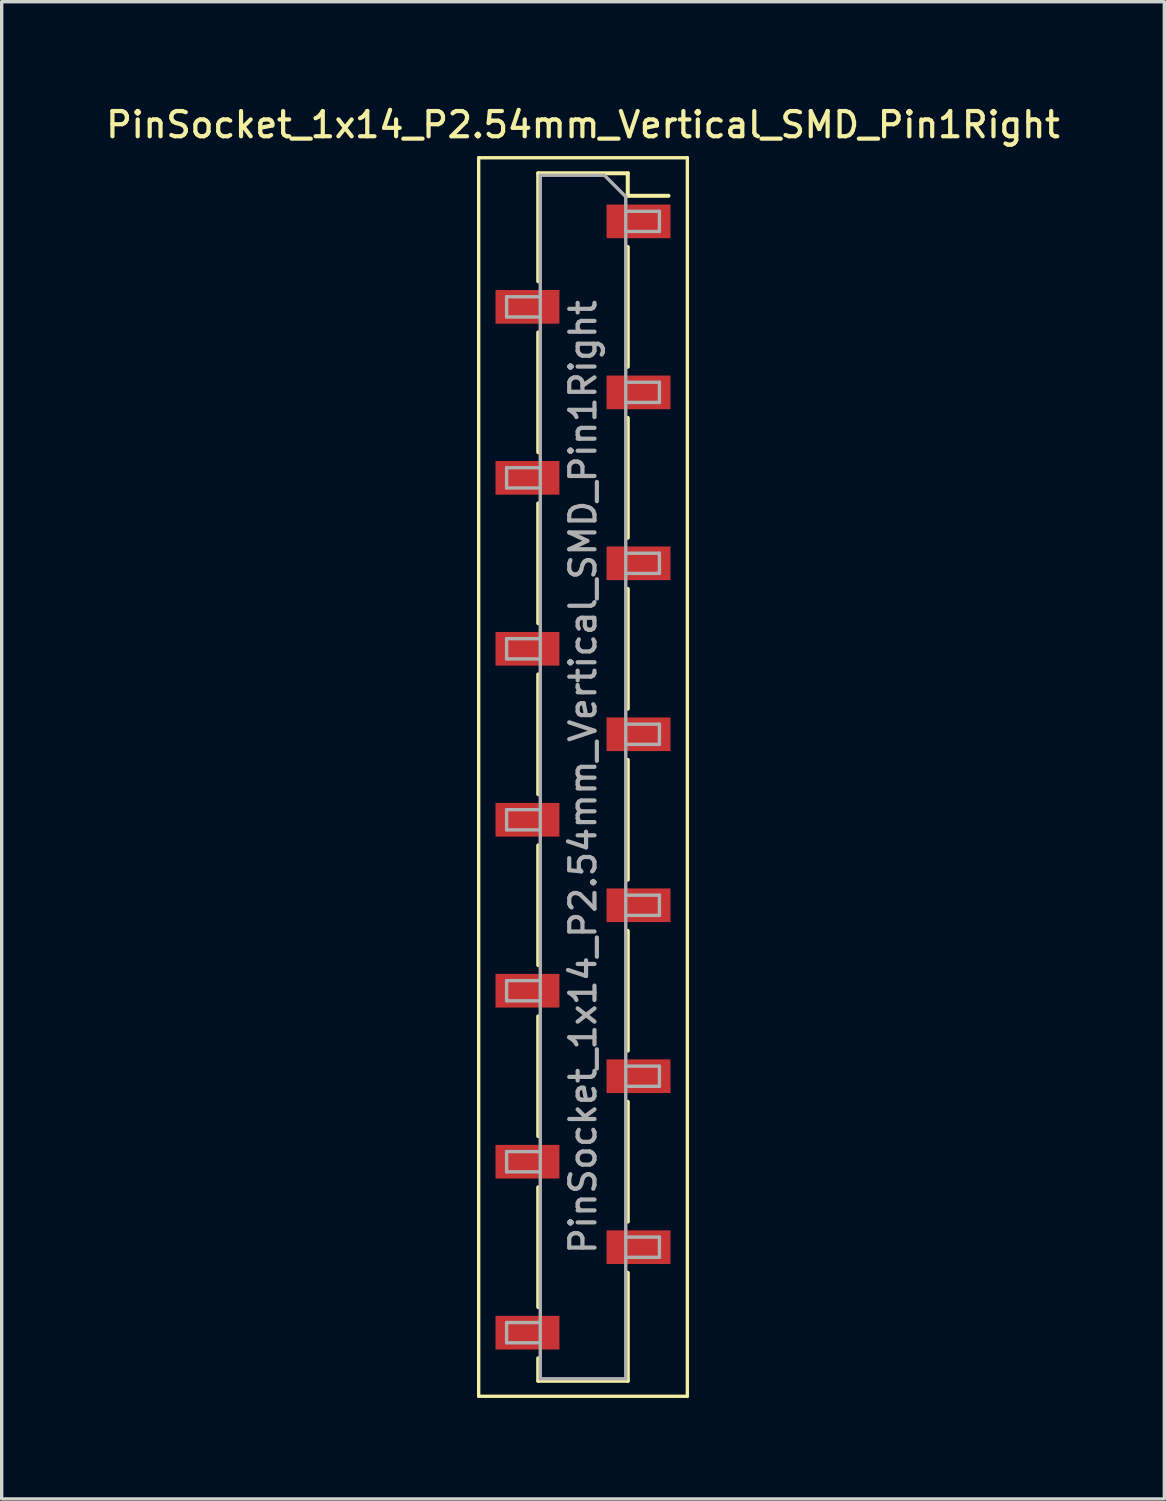
<source format=kicad_pcb>
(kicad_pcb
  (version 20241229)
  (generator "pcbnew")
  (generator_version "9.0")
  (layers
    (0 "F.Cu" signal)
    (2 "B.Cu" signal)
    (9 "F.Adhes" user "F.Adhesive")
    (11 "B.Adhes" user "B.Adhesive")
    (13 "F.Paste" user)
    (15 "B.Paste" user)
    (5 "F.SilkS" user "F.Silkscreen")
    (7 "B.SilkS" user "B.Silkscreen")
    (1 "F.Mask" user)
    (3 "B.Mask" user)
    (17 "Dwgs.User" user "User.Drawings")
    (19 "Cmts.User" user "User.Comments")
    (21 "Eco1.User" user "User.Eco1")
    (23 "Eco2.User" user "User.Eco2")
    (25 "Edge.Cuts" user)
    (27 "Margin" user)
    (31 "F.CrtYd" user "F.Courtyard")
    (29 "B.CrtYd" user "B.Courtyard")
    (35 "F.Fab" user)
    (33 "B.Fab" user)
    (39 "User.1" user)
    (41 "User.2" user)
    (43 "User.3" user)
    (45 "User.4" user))
  (footprint "PinSocket_1x14_P2.54mm_Vertical_SMD_Pin1Right"
    (layer "F.Cu")
    (at 14.273 20.038)
    (property "Reference" "PinSocket_1x14_P2.54mm_Vertical_SMD_Pin1Right" (at 0 -19.38 0) (layer "F.SilkS") (effects (font (size 0.75 0.75) (thickness 0.125))))
    (attr smd)
    (fp_line (start -3.1 -18.4) (end 3.1 -18.4) (stroke (width 0.1) (type solid)) (layer "F.SilkS"))
    (fp_line (start -3.1 18.4) (end -3.1 -18.4) (stroke (width 0.1) (type solid)) (layer "F.SilkS"))
    (fp_line (start -1.33 -17.94) (end -1.33 -14.73) (stroke (width 0.12) (type solid)) (layer "F.SilkS"))
    (fp_line (start -1.33 -17.94) (end 1.33 -17.94) (stroke (width 0.12) (type solid)) (layer "F.SilkS"))
    (fp_line (start -1.33 -13.21) (end -1.33 -9.65) (stroke (width 0.12) (type solid)) (layer "F.SilkS"))
    (fp_line (start -1.33 -8.13) (end -1.33 -4.57) (stroke (width 0.12) (type solid)) (layer "F.SilkS"))
    (fp_line (start -1.33 -3.05) (end -1.33 0.51) (stroke (width 0.12) (type solid)) (layer "F.SilkS"))
    (fp_line (start -1.33 2.03) (end -1.33 5.59) (stroke (width 0.12) (type solid)) (layer "F.SilkS"))
    (fp_line (start -1.33 7.11) (end -1.33 10.67) (stroke (width 0.12) (type solid)) (layer "F.SilkS"))
    (fp_line (start -1.33 12.19) (end -1.33 15.75) (stroke (width 0.12) (type solid)) (layer "F.SilkS"))
    (fp_line (start -1.33 17.27) (end -1.33 17.94) (stroke (width 0.12) (type solid)) (layer "F.SilkS"))
    (fp_line (start -1.33 17.94) (end 1.33 17.94) (stroke (width 0.12) (type solid)) (layer "F.SilkS"))
    (fp_line (start 1.33 -17.94) (end 1.33 -17.27) (stroke (width 0.12) (type solid)) (layer "F.SilkS"))
    (fp_line (start 1.33 -17.27) (end 2.54 -17.27) (stroke (width 0.12) (type solid)) (layer "F.SilkS"))
    (fp_line (start 1.33 -15.75) (end 1.33 -12.19) (stroke (width 0.12) (type solid)) (layer "F.SilkS"))
    (fp_line (start 1.33 -10.67) (end 1.33 -7.11) (stroke (width 0.12) (type solid)) (layer "F.SilkS"))
    (fp_line (start 1.33 -5.59) (end 1.33 -2.03) (stroke (width 0.12) (type solid)) (layer "F.SilkS"))
    (fp_line (start 1.33 -0.51) (end 1.33 3.05) (stroke (width 0.12) (type solid)) (layer "F.SilkS"))
    (fp_line (start 1.33 4.57) (end 1.33 8.13) (stroke (width 0.12) (type solid)) (layer "F.SilkS"))
    (fp_line (start 1.33 9.65) (end 1.33 13.21) (stroke (width 0.12) (type solid)) (layer "F.SilkS"))
    (fp_line (start 1.33 14.73) (end 1.33 17.94) (stroke (width 0.12) (type solid)) (layer "F.SilkS"))
    (fp_line (start 3.1 -18.4) (end 3.1 18.4) (stroke (width 0.1) (type solid)) (layer "F.SilkS"))
    (fp_line (start 3.1 18.4) (end -3.1 18.4) (stroke (width 0.1) (type solid)) (layer "F.SilkS"))
    (fp_line (start -2.27 -14.27) (end -1.27 -14.27) (stroke (width 0.1) (type solid)) (layer "F.Fab"))
    (fp_line (start -2.27 -13.67) (end -2.27 -14.27) (stroke (width 0.1) (type solid)) (layer "F.Fab"))
    (fp_line (start -2.27 -9.19) (end -1.27 -9.19) (stroke (width 0.1) (type solid)) (layer "F.Fab"))
    (fp_line (start -2.27 -8.59) (end -2.27 -9.19) (stroke (width 0.1) (type solid)) (layer "F.Fab"))
    (fp_line (start -2.27 -4.11) (end -1.27 -4.11) (stroke (width 0.1) (type solid)) (layer "F.Fab"))
    (fp_line (start -2.27 -3.51) (end -2.27 -4.11) (stroke (width 0.1) (type solid)) (layer "F.Fab"))
    (fp_line (start -2.27 0.97) (end -1.27 0.97) (stroke (width 0.1) (type solid)) (layer "F.Fab"))
    (fp_line (start -2.27 1.57) (end -2.27 0.97) (stroke (width 0.1) (type solid)) (layer "F.Fab"))
    (fp_line (start -2.27 6.05) (end -1.27 6.05) (stroke (width 0.1) (type solid)) (layer "F.Fab"))
    (fp_line (start -2.27 6.65) (end -2.27 6.05) (stroke (width 0.1) (type solid)) (layer "F.Fab"))
    (fp_line (start -2.27 11.13) (end -1.27 11.13) (stroke (width 0.1) (type solid)) (layer "F.Fab"))
    (fp_line (start -2.27 11.73) (end -2.27 11.13) (stroke (width 0.1) (type solid)) (layer "F.Fab"))
    (fp_line (start -2.27 16.21) (end -1.27 16.21) (stroke (width 0.1) (type solid)) (layer "F.Fab"))
    (fp_line (start -2.27 16.81) (end -2.27 16.21) (stroke (width 0.1) (type solid)) (layer "F.Fab"))
    (fp_line (start -1.27 -17.88) (end 0.635 -17.88) (stroke (width 0.1) (type solid)) (layer "F.Fab"))
    (fp_line (start -1.27 -13.67) (end -2.27 -13.67) (stroke (width 0.1) (type solid)) (layer "F.Fab"))
    (fp_line (start -1.27 -8.59) (end -2.27 -8.59) (stroke (width 0.1) (type solid)) (layer "F.Fab"))
    (fp_line (start -1.27 -3.51) (end -2.27 -3.51) (stroke (width 0.1) (type solid)) (layer "F.Fab"))
    (fp_line (start -1.27 1.57) (end -2.27 1.57) (stroke (width 0.1) (type solid)) (layer "F.Fab"))
    (fp_line (start -1.27 6.65) (end -2.27 6.65) (stroke (width 0.1) (type solid)) (layer "F.Fab"))
    (fp_line (start -1.27 11.73) (end -2.27 11.73) (stroke (width 0.1) (type solid)) (layer "F.Fab"))
    (fp_line (start -1.27 16.81) (end -2.27 16.81) (stroke (width 0.1) (type solid)) (layer "F.Fab"))
    (fp_line (start -1.27 17.88) (end -1.27 -17.88) (stroke (width 0.1) (type solid)) (layer "F.Fab"))
    (fp_line (start 0.635 -17.88) (end 1.27 -17.245) (stroke (width 0.1) (type solid)) (layer "F.Fab"))
    (fp_line (start 1.27 -17.245) (end 1.27 17.88) (stroke (width 0.1) (type solid)) (layer "F.Fab"))
    (fp_line (start 1.27 -16.81) (end 2.27 -16.81) (stroke (width 0.1) (type solid)) (layer "F.Fab"))
    (fp_line (start 1.27 -11.73) (end 2.27 -11.73) (stroke (width 0.1) (type solid)) (layer "F.Fab"))
    (fp_line (start 1.27 -6.65) (end 2.27 -6.65) (stroke (width 0.1) (type solid)) (layer "F.Fab"))
    (fp_line (start 1.27 -1.57) (end 2.27 -1.57) (stroke (width 0.1) (type solid)) (layer "F.Fab"))
    (fp_line (start 1.27 3.51) (end 2.27 3.51) (stroke (width 0.1) (type solid)) (layer "F.Fab"))
    (fp_line (start 1.27 8.59) (end 2.27 8.59) (stroke (width 0.1) (type solid)) (layer "F.Fab"))
    (fp_line (start 1.27 13.67) (end 2.27 13.67) (stroke (width 0.1) (type solid)) (layer "F.Fab"))
    (fp_line (start 1.27 17.88) (end -1.27 17.88) (stroke (width 0.1) (type solid)) (layer "F.Fab"))
    (fp_line (start 2.27 -16.81) (end 2.27 -16.21) (stroke (width 0.1) (type solid)) (layer "F.Fab"))
    (fp_line (start 2.27 -16.21) (end 1.27 -16.21) (stroke (width 0.1) (type solid)) (layer "F.Fab"))
    (fp_line (start 2.27 -11.73) (end 2.27 -11.13) (stroke (width 0.1) (type solid)) (layer "F.Fab"))
    (fp_line (start 2.27 -11.13) (end 1.27 -11.13) (stroke (width 0.1) (type solid)) (layer "F.Fab"))
    (fp_line (start 2.27 -6.65) (end 2.27 -6.05) (stroke (width 0.1) (type solid)) (layer "F.Fab"))
    (fp_line (start 2.27 -6.05) (end 1.27 -6.05) (stroke (width 0.1) (type solid)) (layer "F.Fab"))
    (fp_line (start 2.27 -1.57) (end 2.27 -0.97) (stroke (width 0.1) (type solid)) (layer "F.Fab"))
    (fp_line (start 2.27 -0.97) (end 1.27 -0.97) (stroke (width 0.1) (type solid)) (layer "F.Fab"))
    (fp_line (start 2.27 3.51) (end 2.27 4.11) (stroke (width 0.1) (type solid)) (layer "F.Fab"))
    (fp_line (start 2.27 4.11) (end 1.27 4.11) (stroke (width 0.1) (type solid)) (layer "F.Fab"))
    (fp_line (start 2.27 8.59) (end 2.27 9.19) (stroke (width 0.1) (type solid)) (layer "F.Fab"))
    (fp_line (start 2.27 9.19) (end 1.27 9.19) (stroke (width 0.1) (type solid)) (layer "F.Fab"))
    (fp_line (start 2.27 13.67) (end 2.27 14.27) (stroke (width 0.1) (type solid)) (layer "F.Fab"))
    (fp_line (start 2.27 14.27) (end 1.27 14.27) (stroke (width 0.1) (type solid)) (layer "F.Fab"))
    (fp_text user "${REFERENCE}" (at 0 0 90) (layer "F.Fab") (effects (font (size 0.75 0.75) (thickness 0.125))))
    (pad "1" smd rect (at 1.65 -16.51) (size 1.9 1) (layers "F.Cu" "F.Mask" "F.Paste"))
    (pad "2" smd rect (at -1.65 -13.97) (size 1.9 1) (layers "F.Cu" "F.Mask" "F.Paste"))
    (pad "3" smd rect (at 1.65 -11.43) (size 1.9 1) (layers "F.Cu" "F.Mask" "F.Paste"))
    (pad "4" smd rect (at -1.65 -8.89) (size 1.9 1) (layers "F.Cu" "F.Mask" "F.Paste"))
    (pad "5" smd rect (at 1.65 -6.35) (size 1.9 1) (layers "F.Cu" "F.Mask" "F.Paste"))
    (pad "6" smd rect (at -1.65 -3.81) (size 1.9 1) (layers "F.Cu" "F.Mask" "F.Paste"))
    (pad "7" smd rect (at 1.65 -1.27) (size 1.9 1) (layers "F.Cu" "F.Mask" "F.Paste"))
    (pad "8" smd rect (at -1.65 1.27) (size 1.9 1) (layers "F.Cu" "F.Mask" "F.Paste"))
    (pad "9" smd rect (at 1.65 3.81) (size 1.9 1) (layers "F.Cu" "F.Mask" "F.Paste"))
    (pad "10" smd rect (at -1.65 6.35) (size 1.9 1) (layers "F.Cu" "F.Mask" "F.Paste"))
    (pad "11" smd rect (at 1.65 8.89) (size 1.9 1) (layers "F.Cu" "F.Mask" "F.Paste"))
    (pad "12" smd rect (at -1.65 11.43) (size 1.9 1) (layers "F.Cu" "F.Mask" "F.Paste"))
    (pad "13" smd rect (at 1.65 13.97) (size 1.9 1) (layers "F.Cu" "F.Mask" "F.Paste"))
    (pad "14" smd rect (at -1.65 16.51) (size 1.9 1) (layers "F.Cu" "F.Mask" "F.Paste")))
  (gr_rect
    (start -3 -3)
    (end 31.546 41.488)
    (stroke (width 0.1) (type default))
    (fill no)
    (layer "Edge.Cuts")))
</source>
